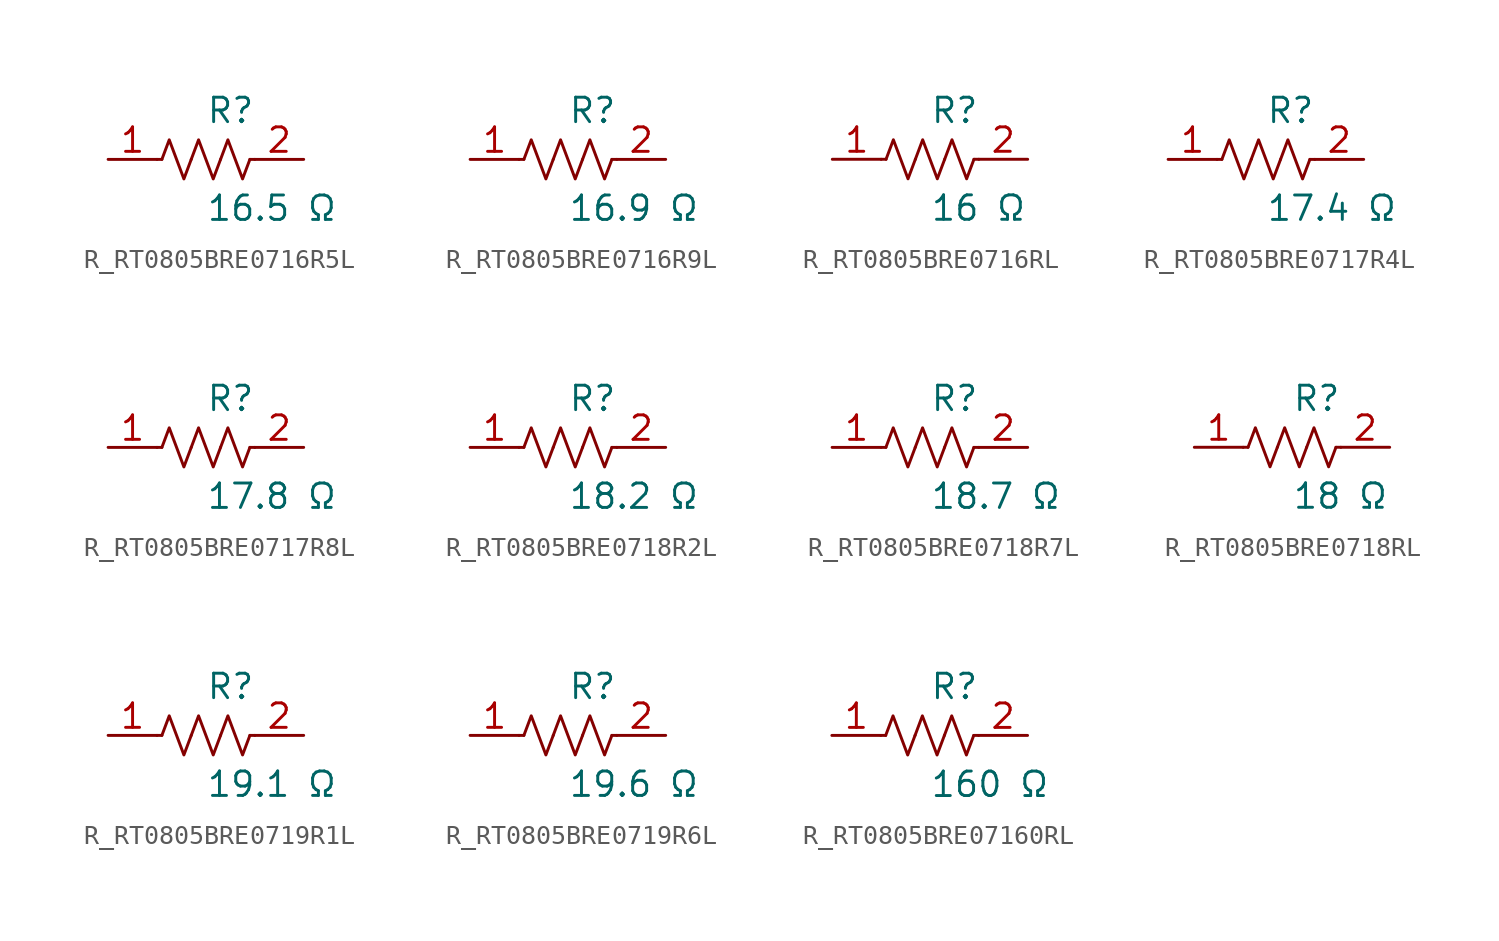
<source format=kicad_sym>
(kicad_symbol_lib
  (version 20231120)
  (generator kicad_symbol_editor)
  (generator_version 8.0)
  (symbol "R_RT0805BRE0716R5L"
    (pin_names
      (offset 0.254))
    (property "Reference" "R"
      (at 0.0 2.54 0)
      (effects (font (size 1.27 1.27)) (justify left)))
    (property "Value" "16.5 Ω"
      (at 0.0 -2.54 0)
      (effects (font (size 1.27 1.27)) (justify left)))
    (symbol "R_RT0805BRE0716R5L_0_1"
      (polyline (pts (xy 2.286 0) (xy 2.54 0)) (stroke (width 0) (type default)) (fill (type none)))
      (polyline (pts (xy -2.286 0) (xy -2.54 0)) (stroke (width 0) (type default)) (fill (type none)))
      (polyline (pts (xy 0.762 0) (xy 1.143 1.016) (xy 1.524 0) (xy 1.905 -1.016) (xy 2.286 0)) (stroke (width 0) (type default)) (fill (type none)))
      (polyline (pts (xy -0.762 0) (xy -0.381 1.016) (xy 0 0) (xy 0.381 -1.016) (xy 0.762 0)) (stroke (width 0) (type default)) (fill (type none)))
      (polyline (pts (xy -2.286 0) (xy -1.905 1.016) (xy -1.524 0) (xy -1.143 -1.016) (xy -0.762 0)) (stroke (width 0) (type default)) (fill (type none))))
    (pin unspecified line
      (at -5.08 0 0)
      (length 2.54)
      (name "" (effects (font (size 1.27 1.27))))
      (number "1" (effects (font (size 1.27 1.27)))))
    (pin unspecified line
      (at 5.08 0 180)
      (length 2.54)
      (name "" (effects (font (size 1.27 1.27))))
      (number "2" (effects (font (size 1.27 1.27))))))
  (symbol "R_RT0805BRE0716R9L"
    (pin_names
      (offset 0.254))
    (property "Reference" "R"
      (at 0.0 2.54 0)
      (effects (font (size 1.27 1.27)) (justify left)))
    (property "Value" "16.9 Ω"
      (at 0.0 -2.54 0)
      (effects (font (size 1.27 1.27)) (justify left)))
    (symbol "R_RT0805BRE0716R9L_0_1"
      (polyline (pts (xy 2.286 0) (xy 2.54 0)) (stroke (width 0) (type default)) (fill (type none)))
      (polyline (pts (xy -2.286 0) (xy -2.54 0)) (stroke (width 0) (type default)) (fill (type none)))
      (polyline (pts (xy 0.762 0) (xy 1.143 1.016) (xy 1.524 0) (xy 1.905 -1.016) (xy 2.286 0)) (stroke (width 0) (type default)) (fill (type none)))
      (polyline (pts (xy -0.762 0) (xy -0.381 1.016) (xy 0 0) (xy 0.381 -1.016) (xy 0.762 0)) (stroke (width 0) (type default)) (fill (type none)))
      (polyline (pts (xy -2.286 0) (xy -1.905 1.016) (xy -1.524 0) (xy -1.143 -1.016) (xy -0.762 0)) (stroke (width 0) (type default)) (fill (type none))))
    (pin unspecified line
      (at -5.08 0 0)
      (length 2.54)
      (name "" (effects (font (size 1.27 1.27))))
      (number "1" (effects (font (size 1.27 1.27)))))
    (pin unspecified line
      (at 5.08 0 180)
      (length 2.54)
      (name "" (effects (font (size 1.27 1.27))))
      (number "2" (effects (font (size 1.27 1.27))))))
  (symbol "R_RT0805BRE0716RL"
    (pin_names
      (offset 0.254))
    (property "Reference" "R"
      (at 0.0 2.54 0)
      (effects (font (size 1.27 1.27)) (justify left)))
    (property "Value" "16 Ω"
      (at 0.0 -2.54 0)
      (effects (font (size 1.27 1.27)) (justify left)))
    (symbol "R_RT0805BRE0716RL_0_1"
      (polyline (pts (xy 2.286 0) (xy 2.54 0)) (stroke (width 0) (type default)) (fill (type none)))
      (polyline (pts (xy -2.286 0) (xy -2.54 0)) (stroke (width 0) (type default)) (fill (type none)))
      (polyline (pts (xy 0.762 0) (xy 1.143 1.016) (xy 1.524 0) (xy 1.905 -1.016) (xy 2.286 0)) (stroke (width 0) (type default)) (fill (type none)))
      (polyline (pts (xy -0.762 0) (xy -0.381 1.016) (xy 0 0) (xy 0.381 -1.016) (xy 0.762 0)) (stroke (width 0) (type default)) (fill (type none)))
      (polyline (pts (xy -2.286 0) (xy -1.905 1.016) (xy -1.524 0) (xy -1.143 -1.016) (xy -0.762 0)) (stroke (width 0) (type default)) (fill (type none))))
    (pin unspecified line
      (at -5.08 0 0)
      (length 2.54)
      (name "" (effects (font (size 1.27 1.27))))
      (number "1" (effects (font (size 1.27 1.27)))))
    (pin unspecified line
      (at 5.08 0 180)
      (length 2.54)
      (name "" (effects (font (size 1.27 1.27))))
      (number "2" (effects (font (size 1.27 1.27))))))
  (symbol "R_RT0805BRE0717R4L"
    (pin_names
      (offset 0.254))
    (property "Reference" "R"
      (at 0.0 2.54 0)
      (effects (font (size 1.27 1.27)) (justify left)))
    (property "Value" "17.4 Ω"
      (at 0.0 -2.54 0)
      (effects (font (size 1.27 1.27)) (justify left)))
    (symbol "R_RT0805BRE0717R4L_0_1"
      (polyline (pts (xy 2.286 0) (xy 2.54 0)) (stroke (width 0) (type default)) (fill (type none)))
      (polyline (pts (xy -2.286 0) (xy -2.54 0)) (stroke (width 0) (type default)) (fill (type none)))
      (polyline (pts (xy 0.762 0) (xy 1.143 1.016) (xy 1.524 0) (xy 1.905 -1.016) (xy 2.286 0)) (stroke (width 0) (type default)) (fill (type none)))
      (polyline (pts (xy -0.762 0) (xy -0.381 1.016) (xy 0 0) (xy 0.381 -1.016) (xy 0.762 0)) (stroke (width 0) (type default)) (fill (type none)))
      (polyline (pts (xy -2.286 0) (xy -1.905 1.016) (xy -1.524 0) (xy -1.143 -1.016) (xy -0.762 0)) (stroke (width 0) (type default)) (fill (type none))))
    (pin unspecified line
      (at -5.08 0 0)
      (length 2.54)
      (name "" (effects (font (size 1.27 1.27))))
      (number "1" (effects (font (size 1.27 1.27)))))
    (pin unspecified line
      (at 5.08 0 180)
      (length 2.54)
      (name "" (effects (font (size 1.27 1.27))))
      (number "2" (effects (font (size 1.27 1.27))))))
  (symbol "R_RT0805BRE0717R8L"
    (pin_names
      (offset 0.254))
    (property "Reference" "R"
      (at 0.0 2.54 0)
      (effects (font (size 1.27 1.27)) (justify left)))
    (property "Value" "17.8 Ω"
      (at 0.0 -2.54 0)
      (effects (font (size 1.27 1.27)) (justify left)))
    (symbol "R_RT0805BRE0717R8L_0_1"
      (polyline (pts (xy 2.286 0) (xy 2.54 0)) (stroke (width 0) (type default)) (fill (type none)))
      (polyline (pts (xy -2.286 0) (xy -2.54 0)) (stroke (width 0) (type default)) (fill (type none)))
      (polyline (pts (xy 0.762 0) (xy 1.143 1.016) (xy 1.524 0) (xy 1.905 -1.016) (xy 2.286 0)) (stroke (width 0) (type default)) (fill (type none)))
      (polyline (pts (xy -0.762 0) (xy -0.381 1.016) (xy 0 0) (xy 0.381 -1.016) (xy 0.762 0)) (stroke (width 0) (type default)) (fill (type none)))
      (polyline (pts (xy -2.286 0) (xy -1.905 1.016) (xy -1.524 0) (xy -1.143 -1.016) (xy -0.762 0)) (stroke (width 0) (type default)) (fill (type none))))
    (pin unspecified line
      (at -5.08 0 0)
      (length 2.54)
      (name "" (effects (font (size 1.27 1.27))))
      (number "1" (effects (font (size 1.27 1.27)))))
    (pin unspecified line
      (at 5.08 0 180)
      (length 2.54)
      (name "" (effects (font (size 1.27 1.27))))
      (number "2" (effects (font (size 1.27 1.27))))))
  (symbol "R_RT0805BRE0718R2L"
    (pin_names
      (offset 0.254))
    (property "Reference" "R"
      (at 0.0 2.54 0)
      (effects (font (size 1.27 1.27)) (justify left)))
    (property "Value" "18.2 Ω"
      (at 0.0 -2.54 0)
      (effects (font (size 1.27 1.27)) (justify left)))
    (symbol "R_RT0805BRE0718R2L_0_1"
      (polyline (pts (xy 2.286 0) (xy 2.54 0)) (stroke (width 0) (type default)) (fill (type none)))
      (polyline (pts (xy -2.286 0) (xy -2.54 0)) (stroke (width 0) (type default)) (fill (type none)))
      (polyline (pts (xy 0.762 0) (xy 1.143 1.016) (xy 1.524 0) (xy 1.905 -1.016) (xy 2.286 0)) (stroke (width 0) (type default)) (fill (type none)))
      (polyline (pts (xy -0.762 0) (xy -0.381 1.016) (xy 0 0) (xy 0.381 -1.016) (xy 0.762 0)) (stroke (width 0) (type default)) (fill (type none)))
      (polyline (pts (xy -2.286 0) (xy -1.905 1.016) (xy -1.524 0) (xy -1.143 -1.016) (xy -0.762 0)) (stroke (width 0) (type default)) (fill (type none))))
    (pin unspecified line
      (at -5.08 0 0)
      (length 2.54)
      (name "" (effects (font (size 1.27 1.27))))
      (number "1" (effects (font (size 1.27 1.27)))))
    (pin unspecified line
      (at 5.08 0 180)
      (length 2.54)
      (name "" (effects (font (size 1.27 1.27))))
      (number "2" (effects (font (size 1.27 1.27))))))
  (symbol "R_RT0805BRE0718R7L"
    (pin_names
      (offset 0.254))
    (property "Reference" "R"
      (at 0.0 2.54 0)
      (effects (font (size 1.27 1.27)) (justify left)))
    (property "Value" "18.7 Ω"
      (at 0.0 -2.54 0)
      (effects (font (size 1.27 1.27)) (justify left)))
    (symbol "R_RT0805BRE0718R7L_0_1"
      (polyline (pts (xy 2.286 0) (xy 2.54 0)) (stroke (width 0) (type default)) (fill (type none)))
      (polyline (pts (xy -2.286 0) (xy -2.54 0)) (stroke (width 0) (type default)) (fill (type none)))
      (polyline (pts (xy 0.762 0) (xy 1.143 1.016) (xy 1.524 0) (xy 1.905 -1.016) (xy 2.286 0)) (stroke (width 0) (type default)) (fill (type none)))
      (polyline (pts (xy -0.762 0) (xy -0.381 1.016) (xy 0 0) (xy 0.381 -1.016) (xy 0.762 0)) (stroke (width 0) (type default)) (fill (type none)))
      (polyline (pts (xy -2.286 0) (xy -1.905 1.016) (xy -1.524 0) (xy -1.143 -1.016) (xy -0.762 0)) (stroke (width 0) (type default)) (fill (type none))))
    (pin unspecified line
      (at -5.08 0 0)
      (length 2.54)
      (name "" (effects (font (size 1.27 1.27))))
      (number "1" (effects (font (size 1.27 1.27)))))
    (pin unspecified line
      (at 5.08 0 180)
      (length 2.54)
      (name "" (effects (font (size 1.27 1.27))))
      (number "2" (effects (font (size 1.27 1.27))))))
  (symbol "R_RT0805BRE0718RL"
    (pin_names
      (offset 0.254))
    (property "Reference" "R"
      (at 0.0 2.54 0)
      (effects (font (size 1.27 1.27)) (justify left)))
    (property "Value" "18 Ω"
      (at 0.0 -2.54 0)
      (effects (font (size 1.27 1.27)) (justify left)))
    (symbol "R_RT0805BRE0718RL_0_1"
      (polyline (pts (xy 2.286 0) (xy 2.54 0)) (stroke (width 0) (type default)) (fill (type none)))
      (polyline (pts (xy -2.286 0) (xy -2.54 0)) (stroke (width 0) (type default)) (fill (type none)))
      (polyline (pts (xy 0.762 0) (xy 1.143 1.016) (xy 1.524 0) (xy 1.905 -1.016) (xy 2.286 0)) (stroke (width 0) (type default)) (fill (type none)))
      (polyline (pts (xy -0.762 0) (xy -0.381 1.016) (xy 0 0) (xy 0.381 -1.016) (xy 0.762 0)) (stroke (width 0) (type default)) (fill (type none)))
      (polyline (pts (xy -2.286 0) (xy -1.905 1.016) (xy -1.524 0) (xy -1.143 -1.016) (xy -0.762 0)) (stroke (width 0) (type default)) (fill (type none))))
    (pin unspecified line
      (at -5.08 0 0)
      (length 2.54)
      (name "" (effects (font (size 1.27 1.27))))
      (number "1" (effects (font (size 1.27 1.27)))))
    (pin unspecified line
      (at 5.08 0 180)
      (length 2.54)
      (name "" (effects (font (size 1.27 1.27))))
      (number "2" (effects (font (size 1.27 1.27))))))
  (symbol "R_RT0805BRE0719R1L"
    (pin_names
      (offset 0.254))
    (property "Reference" "R"
      (at 0.0 2.54 0)
      (effects (font (size 1.27 1.27)) (justify left)))
    (property "Value" "19.1 Ω"
      (at 0.0 -2.54 0)
      (effects (font (size 1.27 1.27)) (justify left)))
    (symbol "R_RT0805BRE0719R1L_0_1"
      (polyline (pts (xy 2.286 0) (xy 2.54 0)) (stroke (width 0) (type default)) (fill (type none)))
      (polyline (pts (xy -2.286 0) (xy -2.54 0)) (stroke (width 0) (type default)) (fill (type none)))
      (polyline (pts (xy 0.762 0) (xy 1.143 1.016) (xy 1.524 0) (xy 1.905 -1.016) (xy 2.286 0)) (stroke (width 0) (type default)) (fill (type none)))
      (polyline (pts (xy -0.762 0) (xy -0.381 1.016) (xy 0 0) (xy 0.381 -1.016) (xy 0.762 0)) (stroke (width 0) (type default)) (fill (type none)))
      (polyline (pts (xy -2.286 0) (xy -1.905 1.016) (xy -1.524 0) (xy -1.143 -1.016) (xy -0.762 0)) (stroke (width 0) (type default)) (fill (type none))))
    (pin unspecified line
      (at -5.08 0 0)
      (length 2.54)
      (name "" (effects (font (size 1.27 1.27))))
      (number "1" (effects (font (size 1.27 1.27)))))
    (pin unspecified line
      (at 5.08 0 180)
      (length 2.54)
      (name "" (effects (font (size 1.27 1.27))))
      (number "2" (effects (font (size 1.27 1.27))))))
  (symbol "R_RT0805BRE0719R6L"
    (pin_names
      (offset 0.254))
    (property "Reference" "R"
      (at 0.0 2.54 0)
      (effects (font (size 1.27 1.27)) (justify left)))
    (property "Value" "19.6 Ω"
      (at 0.0 -2.54 0)
      (effects (font (size 1.27 1.27)) (justify left)))
    (symbol "R_RT0805BRE0719R6L_0_1"
      (polyline (pts (xy 2.286 0) (xy 2.54 0)) (stroke (width 0) (type default)) (fill (type none)))
      (polyline (pts (xy -2.286 0) (xy -2.54 0)) (stroke (width 0) (type default)) (fill (type none)))
      (polyline (pts (xy 0.762 0) (xy 1.143 1.016) (xy 1.524 0) (xy 1.905 -1.016) (xy 2.286 0)) (stroke (width 0) (type default)) (fill (type none)))
      (polyline (pts (xy -0.762 0) (xy -0.381 1.016) (xy 0 0) (xy 0.381 -1.016) (xy 0.762 0)) (stroke (width 0) (type default)) (fill (type none)))
      (polyline (pts (xy -2.286 0) (xy -1.905 1.016) (xy -1.524 0) (xy -1.143 -1.016) (xy -0.762 0)) (stroke (width 0) (type default)) (fill (type none))))
    (pin unspecified line
      (at -5.08 0 0)
      (length 2.54)
      (name "" (effects (font (size 1.27 1.27))))
      (number "1" (effects (font (size 1.27 1.27)))))
    (pin unspecified line
      (at 5.08 0 180)
      (length 2.54)
      (name "" (effects (font (size 1.27 1.27))))
      (number "2" (effects (font (size 1.27 1.27))))))
  (symbol "R_RT0805BRE07160RL"
    (pin_names
      (offset 0.254))
    (property "Reference" "R"
      (at 0.0 2.54 0)
      (effects (font (size 1.27 1.27)) (justify left)))
    (property "Value" "160 Ω"
      (at 0.0 -2.54 0)
      (effects (font (size 1.27 1.27)) (justify left)))
    (symbol "R_RT0805BRE07160RL_0_1"
      (polyline (pts (xy 2.286 0) (xy 2.54 0)) (stroke (width 0) (type default)) (fill (type none)))
      (polyline (pts (xy -2.286 0) (xy -2.54 0)) (stroke (width 0) (type default)) (fill (type none)))
      (polyline (pts (xy 0.762 0) (xy 1.143 1.016) (xy 1.524 0) (xy 1.905 -1.016) (xy 2.286 0)) (stroke (width 0) (type default)) (fill (type none)))
      (polyline (pts (xy -0.762 0) (xy -0.381 1.016) (xy 0 0) (xy 0.381 -1.016) (xy 0.762 0)) (stroke (width 0) (type default)) (fill (type none)))
      (polyline (pts (xy -2.286 0) (xy -1.905 1.016) (xy -1.524 0) (xy -1.143 -1.016) (xy -0.762 0)) (stroke (width 0) (type default)) (fill (type none))))
    (pin unspecified line
      (at -5.08 0 0)
      (length 2.54)
      (name "" (effects (font (size 1.27 1.27))))
      (number "1" (effects (font (size 1.27 1.27)))))
    (pin unspecified line
      (at 5.08 0 180)
      (length 2.54)
      (name "" (effects (font (size 1.27 1.27))))
      (number "2" (effects (font (size 1.27 1.27)))))))
</source>
